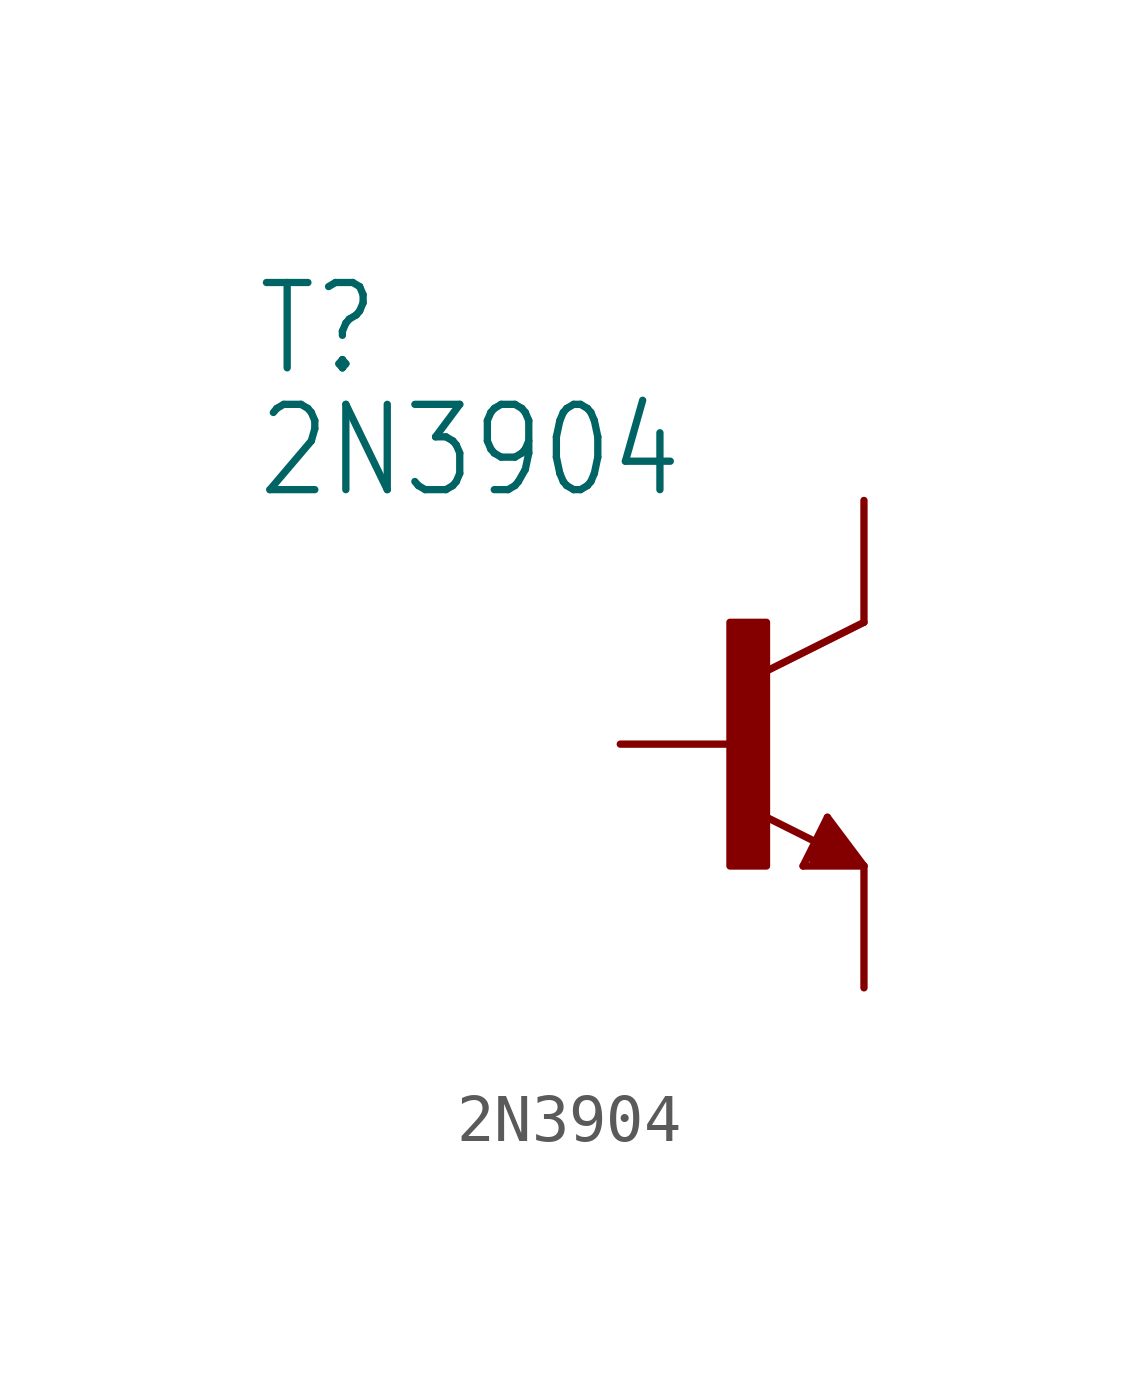
<source format=kicad_sym>
(kicad_symbol_lib
  (version 20211014)
  (generator kicad_symbol_editor)
  (symbol "2N3904"
    (property "Reference" "T"
      (at -10.16 7.62 0)
      (effects (font (size 1.778 1.511)) (justify left bottom)))
    (property "Value" "2N3904"
      (at -10.16 5.08 0)
      (effects (font (size 1.778 1.511)) (justify left bottom)))
    (property "ki_locked" ""
      (at 0 0 0)
      (effects (font (size 1.27 1.27))))
    (symbol "2N3904_1_0"
      (rectangle (start -0.254 -2.54) (end 0.508 2.54) (stroke (width 0) (type default) (color 0 0 0 0)) (fill (type outline)))
      (polyline (pts (xy 1.27 -2.54) (xy 1.778 -1.524)) (stroke (width 0.152) (type default) (color 0 0 0 0)) (fill (type none)))
      (polyline (pts (xy 1.524 -2.413) (xy 2.286 -2.413)) (stroke (width 0.254) (type default) (color 0 0 0 0)) (fill (type none)))
      (polyline (pts (xy 1.524 -2.286) (xy 1.905 -2.286)) (stroke (width 0.254) (type default) (color 0 0 0 0)) (fill (type none)))
      (polyline (pts (xy 1.54 -2.04) (xy 0.308 -1.424)) (stroke (width 0.152) (type default) (color 0 0 0 0)) (fill (type none)))
      (polyline (pts (xy 1.778 -1.778) (xy 1.524 -2.286)) (stroke (width 0.254) (type default) (color 0 0 0 0)) (fill (type none)))
      (polyline (pts (xy 1.778 -1.524) (xy 2.54 -2.54)) (stroke (width 0.152) (type default) (color 0 0 0 0)) (fill (type none)))
      (polyline (pts (xy 1.905 -2.286) (xy 1.778 -2.032)) (stroke (width 0.254) (type default) (color 0 0 0 0)) (fill (type none)))
      (polyline (pts (xy 2.286 -2.413) (xy 1.778 -1.778)) (stroke (width 0.254) (type default) (color 0 0 0 0)) (fill (type none)))
      (polyline (pts (xy 2.54 -2.54) (xy 1.27 -2.54)) (stroke (width 0.152) (type default) (color 0 0 0 0)) (fill (type none)))
      (polyline (pts (xy 2.54 2.54) (xy 0.508 1.524)) (stroke (width 0.152) (type default) (color 0 0 0 0)) (fill (type none)))
      (pin passive line (at 2.54 5.08 270) (length 2.54) (name "C" (effects (font (size 0 0)))) (number "1" (effects (font (size 0 0)))))
      (pin passive line (at -2.54 0 0) (length 2.54) (name "B" (effects (font (size 0 0)))) (number "2" (effects (font (size 0 0)))))
      (pin passive line (at 2.54 -5.08 90) (length 2.54) (name "E" (effects (font (size 0 0)))) (number "3" (effects (font (size 0 0))))))))
</source>
